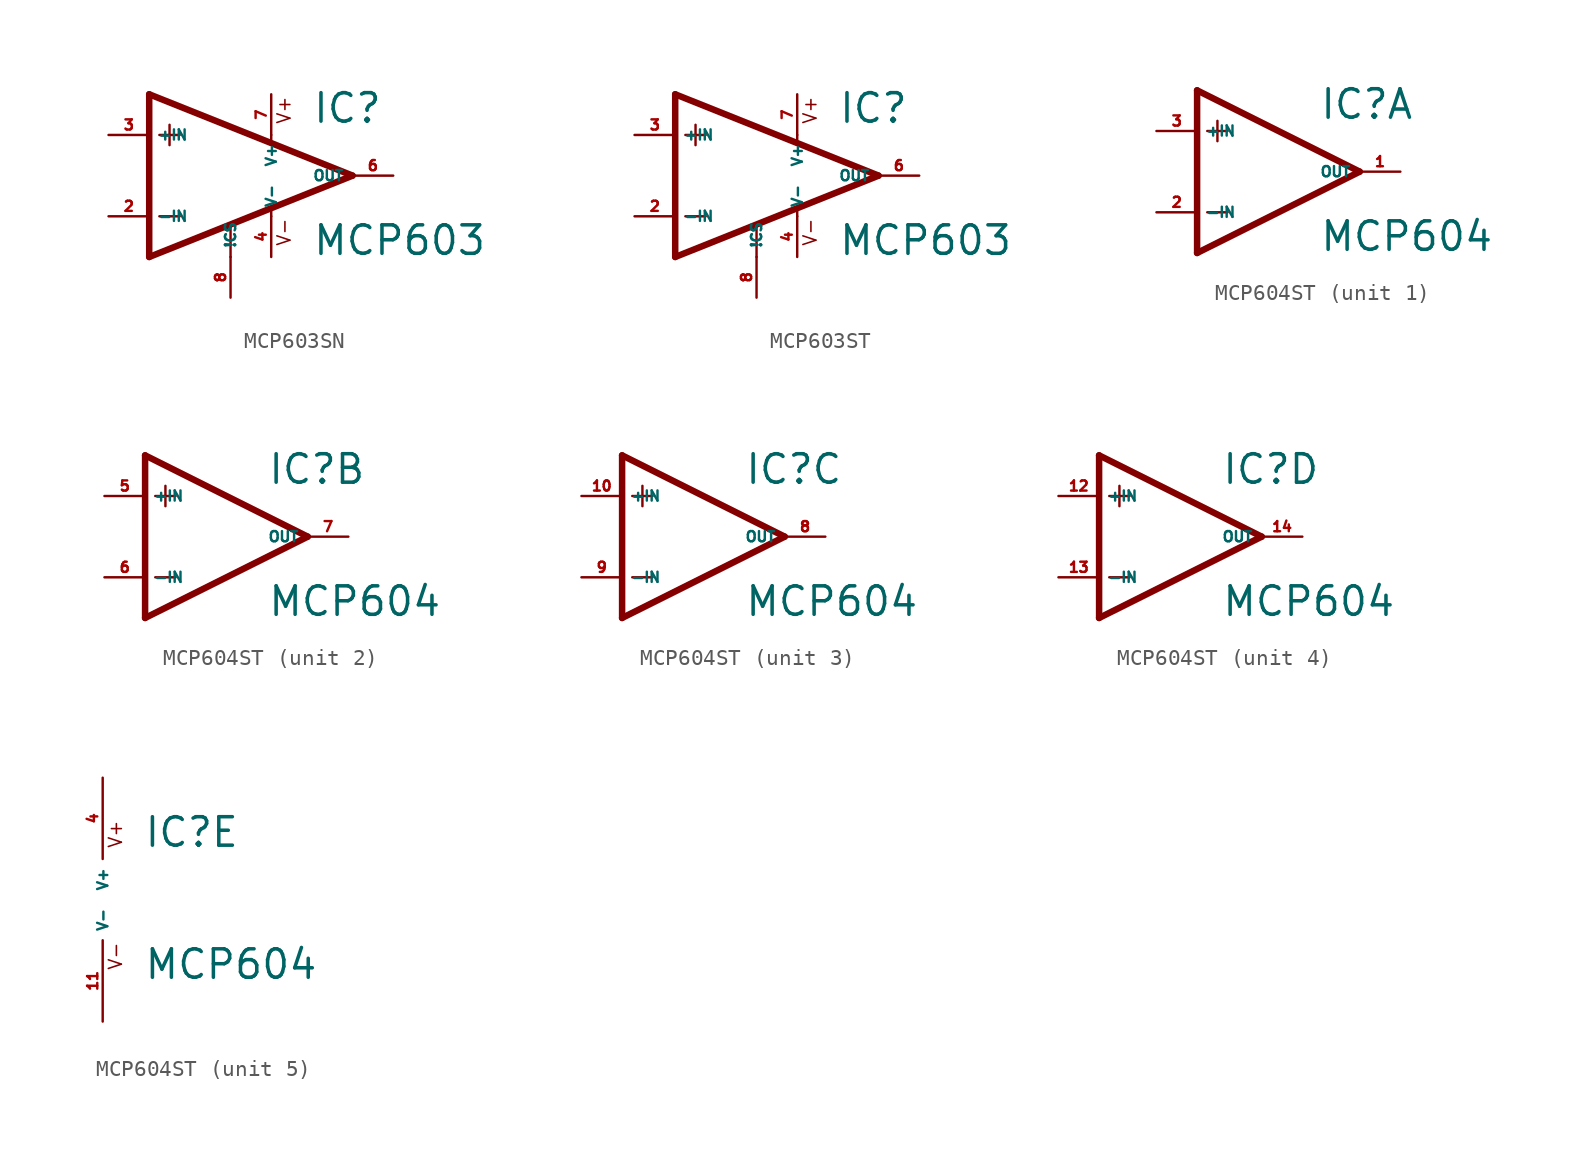
<source format=kicad_sym>
(kicad_symbol_lib
  (version 20220914)
  (generator Eagle2Kicad)
  (symbol "MCP603SN"
    (property "Reference" "IC"
      (at 5.08 3.175 0)
      (effects (font (size 1.778 1.778) (thickness 0.22)) (justify left bottom)))
    (property "Value" "MCP603"
      (at 5.08 -5.08 0)
      (effects (font (size 1.778 1.778) (thickness 0.22)) (justify left bottom)))
    (polyline
      (pts (xy -5.08 5.08) (xy -5.08 -5.08))
      (stroke (width 0.406) (type default))
      (fill (type none)))
    (polyline
      (pts (xy -5.08 -5.08) (xy 7.62 0))
      (stroke (width 0.406) (type default))
      (fill (type none)))
    (polyline
      (pts (xy 7.62 0) (xy -5.08 5.08))
      (stroke (width 0.406) (type default))
      (fill (type none)))
    (polyline
      (pts (xy -3.81 3.175) (xy -3.81 1.905))
      (stroke (width 0.152) (type default))
      (fill (type none)))
    (polyline
      (pts (xy -4.445 2.54) (xy -3.175 2.54))
      (stroke (width 0.152) (type default))
      (fill (type none)))
    (polyline
      (pts (xy -4.445 -2.54) (xy -3.175 -2.54))
      (stroke (width 0.152) (type default))
      (fill (type none)))
    (polyline
      (pts (xy 0 -5.08) (xy 0 -3.175))
      (stroke (width 0.152) (type default))
      (fill (type none)))
    (polyline
      (pts (xy 2.54 -2.54) (xy 2.54 -2.159))
      (stroke (width 0.152) (type default))
      (fill (type none)))
    (polyline
      (pts (xy 2.54 2.54) (xy 2.54 2.159))
      (stroke (width 0.152) (type default))
      (fill (type none)))
    (text "V+"
      (at 3.81 3.175 900)
      (effects (font (size 0.813 0.813) (thickness 0.10)) (justify left bottom)))
    (text "V-"
      (at 3.81 -4.445 900)
      (effects (font (size 0.813 0.813) (thickness 0.10)) (justify left bottom)))
    (pin input line
      (at -7.62 -2.54 0)
      (length 2.54)
      (name "-IN" (effects (font (size 0.635 0.635) (thickness 0.08)) (justify left bottom)))
      (number "2" (effects (font (size 0.635 0.635) (thickness 0.08)) (justify left bottom))))
    (pin input line
      (at -7.62 2.54 0)
      (length 2.54)
      (name "+IN" (effects (font (size 0.635 0.635) (thickness 0.08)) (justify left bottom)))
      (number "3" (effects (font (size 0.635 0.635) (thickness 0.08)) (justify left bottom))))
    (pin output line
      (at 10.16 0 180)
      (length 2.54)
      (name "OUT" (effects (font (size 0.635 0.635) (thickness 0.08)) (justify left bottom)))
      (number "6" (effects (font (size 0.635 0.635) (thickness 0.08)) (justify left bottom))))
    (pin unspecified line
      (at 2.54 5.08 270)
      (length 2.54)
      (name "V+" (effects (font (size 0.635 0.635) (thickness 0.08)) (justify left bottom)))
      (number "7" (effects (font (size 0.635 0.635) (thickness 0.08)) (justify left bottom))))
    (pin unspecified line
      (at 2.54 -5.08 90)
      (length 2.54)
      (name "V-" (effects (font (size 0.635 0.635) (thickness 0.08)) (justify left bottom)))
      (number "4" (effects (font (size 0.635 0.635) (thickness 0.08)) (justify left bottom))))
    (pin input line
      (at 0 -7.62 90)
      (length 2.54)
      (name "!CS" (effects (font (size 0.635 0.635) (thickness 0.08)) (justify left bottom)))
      (number "8" (effects (font (size 0.635 0.635) (thickness 0.08)) (justify left bottom)))))
  (symbol "MCP603ST"
    (property "Reference" "IC"
      (at 5.08 3.175 0)
      (effects (font (size 1.778 1.778) (thickness 0.22)) (justify left bottom)))
    (property "Value" "MCP603"
      (at 5.08 -5.08 0)
      (effects (font (size 1.778 1.778) (thickness 0.22)) (justify left bottom)))
    (polyline
      (pts (xy -5.08 5.08) (xy -5.08 -5.08))
      (stroke (width 0.406) (type default))
      (fill (type none)))
    (polyline
      (pts (xy -5.08 -5.08) (xy 7.62 0))
      (stroke (width 0.406) (type default))
      (fill (type none)))
    (polyline
      (pts (xy 7.62 0) (xy -5.08 5.08))
      (stroke (width 0.406) (type default))
      (fill (type none)))
    (polyline
      (pts (xy -3.81 3.175) (xy -3.81 1.905))
      (stroke (width 0.152) (type default))
      (fill (type none)))
    (polyline
      (pts (xy -4.445 2.54) (xy -3.175 2.54))
      (stroke (width 0.152) (type default))
      (fill (type none)))
    (polyline
      (pts (xy -4.445 -2.54) (xy -3.175 -2.54))
      (stroke (width 0.152) (type default))
      (fill (type none)))
    (polyline
      (pts (xy 0 -5.08) (xy 0 -3.175))
      (stroke (width 0.152) (type default))
      (fill (type none)))
    (polyline
      (pts (xy 2.54 -2.54) (xy 2.54 -2.159))
      (stroke (width 0.152) (type default))
      (fill (type none)))
    (polyline
      (pts (xy 2.54 2.54) (xy 2.54 2.159))
      (stroke (width 0.152) (type default))
      (fill (type none)))
    (text "V+"
      (at 3.81 3.175 900)
      (effects (font (size 0.813 0.813) (thickness 0.10)) (justify left bottom)))
    (text "V-"
      (at 3.81 -4.445 900)
      (effects (font (size 0.813 0.813) (thickness 0.10)) (justify left bottom)))
    (pin input line
      (at -7.62 -2.54 0)
      (length 2.54)
      (name "-IN" (effects (font (size 0.635 0.635) (thickness 0.08)) (justify left bottom)))
      (number "2" (effects (font (size 0.635 0.635) (thickness 0.08)) (justify left bottom))))
    (pin input line
      (at -7.62 2.54 0)
      (length 2.54)
      (name "+IN" (effects (font (size 0.635 0.635) (thickness 0.08)) (justify left bottom)))
      (number "3" (effects (font (size 0.635 0.635) (thickness 0.08)) (justify left bottom))))
    (pin output line
      (at 10.16 0 180)
      (length 2.54)
      (name "OUT" (effects (font (size 0.635 0.635) (thickness 0.08)) (justify left bottom)))
      (number "6" (effects (font (size 0.635 0.635) (thickness 0.08)) (justify left bottom))))
    (pin unspecified line
      (at 2.54 5.08 270)
      (length 2.54)
      (name "V+" (effects (font (size 0.635 0.635) (thickness 0.08)) (justify left bottom)))
      (number "7" (effects (font (size 0.635 0.635) (thickness 0.08)) (justify left bottom))))
    (pin unspecified line
      (at 2.54 -5.08 90)
      (length 2.54)
      (name "V-" (effects (font (size 0.635 0.635) (thickness 0.08)) (justify left bottom)))
      (number "4" (effects (font (size 0.635 0.635) (thickness 0.08)) (justify left bottom))))
    (pin input line
      (at 0 -7.62 90)
      (length 2.54)
      (name "!CS" (effects (font (size 0.635 0.635) (thickness 0.08)) (justify left bottom)))
      (number "8" (effects (font (size 0.635 0.635) (thickness 0.08)) (justify left bottom)))))
  (symbol "MCP604ST"
    (property "Reference" "IC"
      (at 2.54 3.175 0)
      (effects (font (size 1.778 1.778) (thickness 0.22)) (justify left bottom)))
    (property "Value" "MCP604"
      (at 2.54 -5.08 0)
      (effects (font (size 1.778 1.778) (thickness 0.22)) (justify left bottom)))
    (symbol "MCP604ST_1_0"
      (polyline (pts (xy -5.08 5.08) (xy -5.08 -5.08)) (stroke (width 0.406) (type default)) (fill (type none)))
      (polyline (pts (xy -5.08 -5.08) (xy 5.08 0)) (stroke (width 0.406) (type default)) (fill (type none)))
      (polyline (pts (xy 5.08 0) (xy -5.08 5.08)) (stroke (width 0.406) (type default)) (fill (type none)))
      (polyline (pts (xy -3.81 3.175) (xy -3.81 1.905)) (stroke (width 0.152) (type default)) (fill (type none)))
      (polyline (pts (xy -4.445 2.54) (xy -3.175 2.54)) (stroke (width 0.152) (type default)) (fill (type none)))
      (polyline (pts (xy -4.445 -2.54) (xy -3.175 -2.54)) (stroke (width 0.152) (type default)) (fill (type none)))
      (pin input line (at -7.62 -2.54 0) (length 2.54) (name "-IN" (effects (font (size 0.635 0.635) (thickness 0.08)) (justify left bottom))) (number "2" (effects (font (size 0.635 0.635) (thickness 0.08)) (justify left bottom))))
      (pin input line (at -7.62 2.54 0) (length 2.54) (name "+IN" (effects (font (size 0.635 0.635) (thickness 0.08)) (justify left bottom))) (number "3" (effects (font (size 0.635 0.635) (thickness 0.08)) (justify left bottom))))
      (pin output line (at 7.62 0 180) (length 2.54) (name "OUT" (effects (font (size 0.635 0.635) (thickness 0.08)) (justify left bottom))) (number "1" (effects (font (size 0.635 0.635) (thickness 0.08)) (justify left bottom)))))
    (symbol "MCP604ST_2_0"
      (polyline (pts (xy -5.08 5.08) (xy -5.08 -5.08)) (stroke (width 0.406) (type default)) (fill (type none)))
      (polyline (pts (xy -5.08 -5.08) (xy 5.08 0)) (stroke (width 0.406) (type default)) (fill (type none)))
      (polyline (pts (xy 5.08 0) (xy -5.08 5.08)) (stroke (width 0.406) (type default)) (fill (type none)))
      (polyline (pts (xy -3.81 3.175) (xy -3.81 1.905)) (stroke (width 0.152) (type default)) (fill (type none)))
      (polyline (pts (xy -4.445 2.54) (xy -3.175 2.54)) (stroke (width 0.152) (type default)) (fill (type none)))
      (polyline (pts (xy -4.445 -2.54) (xy -3.175 -2.54)) (stroke (width 0.152) (type default)) (fill (type none)))
      (pin input line (at -7.62 -2.54 0) (length 2.54) (name "-IN" (effects (font (size 0.635 0.635) (thickness 0.08)) (justify left bottom))) (number "6" (effects (font (size 0.635 0.635) (thickness 0.08)) (justify left bottom))))
      (pin input line (at -7.62 2.54 0) (length 2.54) (name "+IN" (effects (font (size 0.635 0.635) (thickness 0.08)) (justify left bottom))) (number "5" (effects (font (size 0.635 0.635) (thickness 0.08)) (justify left bottom))))
      (pin output line (at 7.62 0 180) (length 2.54) (name "OUT" (effects (font (size 0.635 0.635) (thickness 0.08)) (justify left bottom))) (number "7" (effects (font (size 0.635 0.635) (thickness 0.08)) (justify left bottom)))))
    (symbol "MCP604ST_3_0"
      (polyline (pts (xy -5.08 5.08) (xy -5.08 -5.08)) (stroke (width 0.406) (type default)) (fill (type none)))
      (polyline (pts (xy -5.08 -5.08) (xy 5.08 0)) (stroke (width 0.406) (type default)) (fill (type none)))
      (polyline (pts (xy 5.08 0) (xy -5.08 5.08)) (stroke (width 0.406) (type default)) (fill (type none)))
      (polyline (pts (xy -3.81 3.175) (xy -3.81 1.905)) (stroke (width 0.152) (type default)) (fill (type none)))
      (polyline (pts (xy -4.445 2.54) (xy -3.175 2.54)) (stroke (width 0.152) (type default)) (fill (type none)))
      (polyline (pts (xy -4.445 -2.54) (xy -3.175 -2.54)) (stroke (width 0.152) (type default)) (fill (type none)))
      (pin input line (at -7.62 -2.54 0) (length 2.54) (name "-IN" (effects (font (size 0.635 0.635) (thickness 0.08)) (justify left bottom))) (number "9" (effects (font (size 0.635 0.635) (thickness 0.08)) (justify left bottom))))
      (pin input line (at -7.62 2.54 0) (length 2.54) (name "+IN" (effects (font (size 0.635 0.635) (thickness 0.08)) (justify left bottom))) (number "10" (effects (font (size 0.635 0.635) (thickness 0.08)) (justify left bottom))))
      (pin output line (at 7.62 0 180) (length 2.54) (name "OUT" (effects (font (size 0.635 0.635) (thickness 0.08)) (justify left bottom))) (number "8" (effects (font (size 0.635 0.635) (thickness 0.08)) (justify left bottom)))))
    (symbol "MCP604ST_4_0"
      (polyline (pts (xy -5.08 5.08) (xy -5.08 -5.08)) (stroke (width 0.406) (type default)) (fill (type none)))
      (polyline (pts (xy -5.08 -5.08) (xy 5.08 0)) (stroke (width 0.406) (type default)) (fill (type none)))
      (polyline (pts (xy 5.08 0) (xy -5.08 5.08)) (stroke (width 0.406) (type default)) (fill (type none)))
      (polyline (pts (xy -3.81 3.175) (xy -3.81 1.905)) (stroke (width 0.152) (type default)) (fill (type none)))
      (polyline (pts (xy -4.445 2.54) (xy -3.175 2.54)) (stroke (width 0.152) (type default)) (fill (type none)))
      (polyline (pts (xy -4.445 -2.54) (xy -3.175 -2.54)) (stroke (width 0.152) (type default)) (fill (type none)))
      (pin input line (at -7.62 -2.54 0) (length 2.54) (name "-IN" (effects (font (size 0.635 0.635) (thickness 0.08)) (justify left bottom))) (number "13" (effects (font (size 0.635 0.635) (thickness 0.08)) (justify left bottom))))
      (pin input line (at -7.62 2.54 0) (length 2.54) (name "+IN" (effects (font (size 0.635 0.635) (thickness 0.08)) (justify left bottom))) (number "12" (effects (font (size 0.635 0.635) (thickness 0.08)) (justify left bottom))))
      (pin output line (at 7.62 0 180) (length 2.54) (name "OUT" (effects (font (size 0.635 0.635) (thickness 0.08)) (justify left bottom))) (number "14" (effects (font (size 0.635 0.635) (thickness 0.08)) (justify left bottom)))))
    (symbol "MCP604ST_5_0"
      (text "V+" (at 1.27 3.175 900) (effects (font (size 0.813 0.813) (thickness 0.10)) (justify left bottom)))
      (text "V-" (at 1.27 -4.445 900) (effects (font (size 0.813 0.813) (thickness 0.10)) (justify left bottom)))
      (pin unspecified line (at 0 7.62 270) (length 5.08) (name "V+" (effects (font (size 0.635 0.635) (thickness 0.08)) (justify left bottom))) (number "4" (effects (font (size 0.635 0.635) (thickness 0.08)) (justify left bottom))))
      (pin unspecified line (at 0 -7.62 90) (length 5.08) (name "V-" (effects (font (size 0.635 0.635) (thickness 0.08)) (justify left bottom))) (number "11" (effects (font (size 0.635 0.635) (thickness 0.08)) (justify left bottom)))))))
</source>
